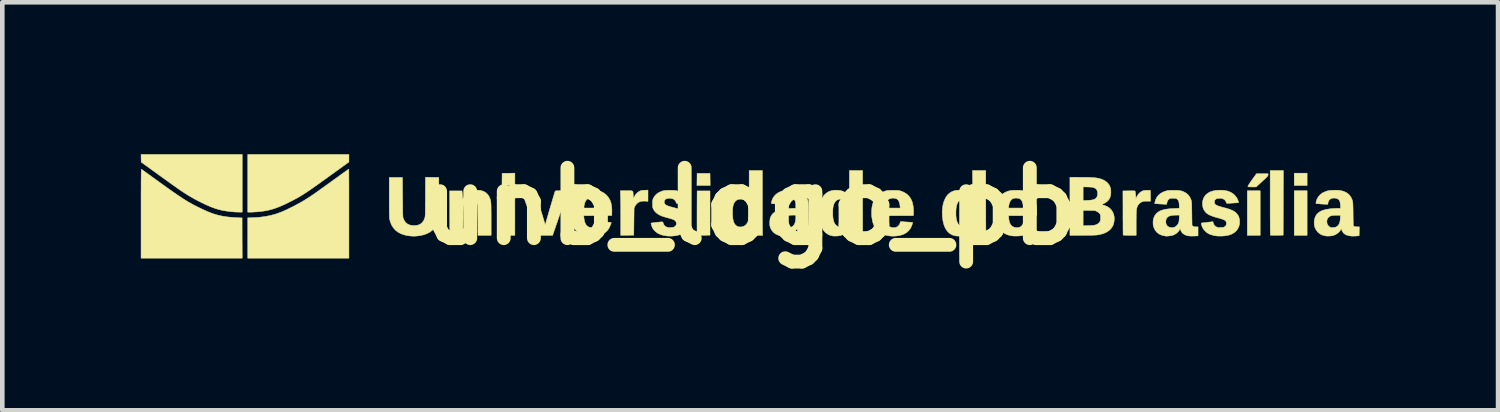
<source format=kicad_pcb>
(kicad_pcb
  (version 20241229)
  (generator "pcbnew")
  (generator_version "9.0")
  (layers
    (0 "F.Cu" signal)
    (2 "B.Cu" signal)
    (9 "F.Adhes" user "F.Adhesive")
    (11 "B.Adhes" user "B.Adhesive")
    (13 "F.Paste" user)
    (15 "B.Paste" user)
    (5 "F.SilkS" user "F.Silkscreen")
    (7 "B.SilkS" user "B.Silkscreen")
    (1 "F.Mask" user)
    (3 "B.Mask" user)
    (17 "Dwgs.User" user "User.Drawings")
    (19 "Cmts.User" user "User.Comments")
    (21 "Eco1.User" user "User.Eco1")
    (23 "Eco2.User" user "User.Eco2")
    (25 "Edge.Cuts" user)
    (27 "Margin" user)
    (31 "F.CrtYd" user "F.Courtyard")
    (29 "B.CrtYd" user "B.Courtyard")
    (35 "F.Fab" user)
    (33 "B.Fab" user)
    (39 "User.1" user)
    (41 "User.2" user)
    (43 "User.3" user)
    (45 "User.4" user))
  (footprint "unb_logo_pb"
    (layer "F.Cu")
    (at 13.194 1.418)
    (property "Reference" "unb_logo_pb" (at 0 0 0) (layer "F.SilkS") (effects (font (size 1.524 1.524) (thickness 0.3))))
    (attr through_hole)
    (fp_poly (pts (xy 11.049 0.629) (xy 10.77 0.629) (xy 10.77 -0.337) (xy 11.049 -0.337) (xy 11.049 0.629)) (stroke (width 0.01) (type solid)) (fill yes) (layer "F.SilkS"))
    (fp_poly (pts (xy 12.065 -0.451) (xy 11.786 -0.451) (xy 11.786 -0.718) (xy 12.065 -0.718) (xy 12.065 -0.451)) (stroke (width 0.01) (type solid)) (fill yes) (layer "F.SilkS"))
    (fp_poly (pts (xy 12.065 0.629) (xy 11.786 0.629) (xy 11.786 -0.337) (xy 12.065 -0.337) (xy 12.065 0.629)) (stroke (width 0.01) (type solid)) (fill yes) (layer "F.SilkS"))
    (fp_poly (pts (xy -5.093 -0.451) (xy -5.372 -0.451) (xy -5.371 -0.583) (xy -5.369 -0.714) (xy -5.231 -0.716) (xy -5.093 -0.718) (xy -5.093 -0.451)) (stroke (width 0.01) (type solid)) (fill yes) (layer "F.SilkS"))
    (fp_poly (pts (xy -0.865 -0.583) (xy -0.863 -0.451) (xy -1.15 -0.451) (xy -1.148 -0.583) (xy -1.146 -0.714) (xy -0.867 -0.714) (xy -0.865 -0.583)) (stroke (width 0.01) (type solid)) (fill yes) (layer "F.SilkS"))
    (fp_poly (pts (xy -0.867 0.625) (xy -1.005 0.627) (xy -1.053 0.628) (xy -1.089 0.628) (xy -1.115 0.627) (xy -1.133 0.626) (xy -1.143 0.624) (xy -1.146 0.621) (xy -1.147 0.613) (xy -1.147 0.594) (xy -1.148 0.564) (xy -1.148 0.525) (xy -1.148 0.476) (xy -1.148 0.421) (xy -1.148 0.358) (xy -1.148 0.29) (xy -1.148 0.217) (xy -1.148 0.14) (xy -1.148 0.14) (xy -1.146 -0.333) (xy -0.867 -0.333) (xy -0.867 0.625)) (stroke (width 0.01) (type solid)) (fill yes) (layer "F.SilkS"))
    (fp_poly (pts (xy -5.093 0.629) (xy -5.229 0.629) (xy -5.277 0.628) (xy -5.314 0.628) (xy -5.34 0.627) (xy -5.357 0.625) (xy -5.367 0.623) (xy -5.369 0.621) (xy -5.37 0.613) (xy -5.37 0.594) (xy -5.37 0.564) (xy -5.371 0.525) (xy -5.371 0.476) (xy -5.371 0.421) (xy -5.371 0.358) (xy -5.371 0.29) (xy -5.371 0.217) (xy -5.371 0.14) (xy -5.371 0.14) (xy -5.369 -0.333) (xy -5.231 -0.335) (xy -5.093 -0.337) (xy -5.093 0.629)) (stroke (width 0.01) (type solid)) (fill yes) (layer "F.SilkS"))
    (fp_poly (pts (xy 11.547 0.625) (xy 11.411 0.627) (xy 11.37 0.627) (xy 11.334 0.627) (xy 11.304 0.627) (xy 11.282 0.626) (xy 11.271 0.625) (xy 11.269 0.625) (xy 11.269 0.618) (xy 11.268 0.599) (xy 11.268 0.569) (xy 11.267 0.529) (xy 11.267 0.48) (xy 11.266 0.422) (xy 11.266 0.356) (xy 11.266 0.283) (xy 11.265 0.204) (xy 11.265 0.12) (xy 11.265 0.031) (xy 11.265 -0.061) (xy 11.265 -0.077) (xy 11.265 -0.775) (xy 11.408 -0.775) (xy 11.551 -0.775) (xy 11.547 0.625)) (stroke (width 0.01) (type solid)) (fill yes) (layer "F.SilkS"))
    (fp_poly (pts (xy 11.22 -0.681) (xy 11.219 -0.674) (xy 11.217 -0.666) (xy 11.212 -0.658) (xy 11.204 -0.647) (xy 11.191 -0.634) (xy 11.173 -0.615) (xy 11.148 -0.591) (xy 11.115 -0.561) (xy 11.09 -0.538) (xy 10.961 -0.419) (xy 10.872 -0.419) (xy 10.836 -0.419) (xy 10.812 -0.42) (xy 10.796 -0.421) (xy 10.787 -0.423) (xy 10.783 -0.426) (xy 10.782 -0.431) (xy 10.782 -0.433) (xy 10.786 -0.441) (xy 10.796 -0.459) (xy 10.811 -0.483) (xy 10.831 -0.514) (xy 10.855 -0.548) (xy 10.875 -0.576) (xy 10.967 -0.705) (xy 11.22 -0.705) (xy 11.22 -0.681)) (stroke (width 0.01) (type solid)) (fill yes) (layer "F.SilkS"))
    (fp_poly (pts (xy -8.687 -0.96) (xy -9.107 -0.657) (xy -9.2 -0.59) (xy -9.283 -0.531) (xy -9.357 -0.477) (xy -9.424 -0.43) (xy -9.484 -0.388) (xy -9.538 -0.35) (xy -9.587 -0.317) (xy -9.632 -0.287) (xy -9.674 -0.26) (xy -9.714 -0.235) (xy -9.752 -0.212) (xy -9.789 -0.19) (xy -9.827 -0.17) (xy -9.866 -0.149) (xy -9.907 -0.127) (xy -9.951 -0.105) (xy -9.989 -0.086) (xy -10.081 -0.041) (xy -10.165 -0.004) (xy -10.244 0.028) (xy -10.319 0.054) (xy -10.392 0.075) (xy -10.466 0.092) (xy -10.543 0.105) (xy -10.626 0.115) (xy -10.69 0.121) (xy -10.727 0.123) (xy -10.765 0.125) (xy -10.801 0.127) (xy -10.824 0.127) (xy -10.878 0.127) (xy -10.878 -1.124) (xy -8.687 -1.124) (xy -8.687 -0.96)) (stroke (width 0.01) (type solid)) (fill yes) (layer "F.SilkS"))
    (fp_poly (pts (xy -10.998 0.127) (xy -11.066 0.126) (xy -11.098 0.125) (xy -11.127 0.124) (xy -11.15 0.123) (xy -11.16 0.123) (xy -11.248 0.115) (xy -11.326 0.105) (xy -11.396 0.094) (xy -11.461 0.081) (xy -11.522 0.065) (xy -11.579 0.048) (xy -11.643 0.025) (xy -11.714 -0.004) (xy -11.791 -0.038) (xy -11.872 -0.077) (xy -11.956 -0.119) (xy -12.039 -0.163) (xy -12.119 -0.209) (xy -12.164 -0.235) (xy -12.191 -0.252) (xy -12.219 -0.27) (xy -12.249 -0.289) (xy -12.281 -0.31) (xy -12.316 -0.333) (xy -12.355 -0.36) (xy -12.399 -0.39) (xy -12.447 -0.425) (xy -12.503 -0.464) (xy -12.565 -0.508) (xy -12.635 -0.559) (xy -12.713 -0.615) (xy -12.802 -0.679) (xy -12.805 -0.681) (xy -13.186 -0.957) (xy -13.188 -1.04) (xy -13.189 -1.124) (xy -10.998 -1.124) (xy -10.998 0.127)) (stroke (width 0.01) (type solid)) (fill yes) (layer "F.SilkS"))
    (fp_poly (pts (xy -2.21 -0.108) (xy -2.262 -0.112) (xy -2.322 -0.112) (xy -2.373 -0.104) (xy -2.417 -0.085) (xy -2.453 -0.058) (xy -2.481 -0.02) (xy -2.494 0.003) (xy -2.511 0.041) (xy -2.518 0.625) (xy -2.659 0.627) (xy -2.8 0.629) (xy -2.8 0.265) (xy -2.8 0.194) (xy -2.801 0.123) (xy -2.801 0.054) (xy -2.801 -0.012) (xy -2.802 -0.072) (xy -2.803 -0.126) (xy -2.803 -0.171) (xy -2.804 -0.205) (xy -2.805 -0.217) (xy -2.809 -0.337) (xy -2.675 -0.337) (xy -2.63 -0.337) (xy -2.595 -0.337) (xy -2.57 -0.336) (xy -2.553 -0.332) (xy -2.542 -0.325) (xy -2.536 -0.314) (xy -2.533 -0.298) (xy -2.532 -0.275) (xy -2.53 -0.245) (xy -2.53 -0.243) (xy -2.528 -0.216) (xy -2.525 -0.194) (xy -2.523 -0.181) (xy -2.522 -0.178) (xy -2.517 -0.183) (xy -2.51 -0.197) (xy -2.502 -0.214) (xy -2.48 -0.252) (xy -2.448 -0.288) (xy -2.411 -0.317) (xy -2.389 -0.329) (xy -2.371 -0.337) (xy -2.352 -0.342) (xy -2.331 -0.345) (xy -2.303 -0.347) (xy -2.281 -0.348) (xy -2.21 -0.351) (xy -2.21 -0.108)) (stroke (width 0.01) (type solid)) (fill yes) (layer "F.SilkS"))
    (fp_poly (pts (xy -8.689 -0.8) (xy -8.689 -0.782) (xy -8.689 -0.752) (xy -8.688 -0.712) (xy -8.688 -0.662) (xy -8.688 -0.603) (xy -8.688 -0.535) (xy -8.687 -0.459) (xy -8.687 -0.376) (xy -8.687 -0.286) (xy -8.687 -0.191) (xy -8.687 -0.091) (xy -8.687 0.014) (xy -8.687 0.123) (xy -8.687 0.159) (xy -8.687 1.124) (xy -10.878 1.124) (xy -10.878 0.25) (xy -10.765 0.246) (xy -10.631 0.238) (xy -10.506 0.222) (xy -10.387 0.199) (xy -10.273 0.168) (xy -10.161 0.128) (xy -10.11 0.107) (xy -10.061 0.085) (xy -10.005 0.058) (xy -9.943 0.028) (xy -9.88 -0.004) (xy -9.818 -0.037) (xy -9.761 -0.068) (xy -9.71 -0.096) (xy -9.7 -0.102) (xy -9.667 -0.121) (xy -9.635 -0.141) (xy -9.603 -0.161) (xy -9.57 -0.182) (xy -9.534 -0.205) (xy -9.496 -0.231) (xy -9.453 -0.26) (xy -9.406 -0.293) (xy -9.353 -0.33) (xy -9.294 -0.373) (xy -9.226 -0.421) (xy -9.151 -0.475) (xy -9.066 -0.536) (xy -9.063 -0.539) (xy -9.002 -0.583) (xy -8.944 -0.624) (xy -8.89 -0.663) (xy -8.841 -0.699) (xy -8.797 -0.73) (xy -8.76 -0.757) (xy -8.729 -0.778) (xy -8.707 -0.794) (xy -8.694 -0.804) (xy -8.689 -0.806) (xy -8.689 -0.8)) (stroke (width 0.01) (type solid)) (fill yes) (layer "F.SilkS"))
    (fp_poly (pts (xy -13.175 -0.798) (xy -13.159 -0.787) (xy -13.134 -0.769) (xy -13.102 -0.746) (xy -13.063 -0.718) (xy -13.018 -0.686) (xy -12.968 -0.649) (xy -12.914 -0.61) (xy -12.856 -0.568) (xy -12.817 -0.54) (xy -12.72 -0.47) (xy -12.632 -0.407) (xy -12.553 -0.351) (xy -12.481 -0.3) (xy -12.415 -0.255) (xy -12.354 -0.214) (xy -12.299 -0.177) (xy -12.247 -0.144) (xy -12.197 -0.113) (xy -12.15 -0.085) (xy -12.103 -0.059) (xy -12.056 -0.033) (xy -12.009 -0.009) (xy -11.959 0.016) (xy -11.928 0.032) (xy -11.841 0.073) (xy -11.762 0.109) (xy -11.69 0.138) (xy -11.622 0.163) (xy -11.556 0.183) (xy -11.49 0.2) (xy -11.422 0.214) (xy -11.356 0.225) (xy -11.316 0.23) (xy -11.268 0.235) (xy -11.214 0.24) (xy -11.159 0.244) (xy -11.107 0.247) (xy -11.06 0.249) (xy -11.055 0.249) (xy -11.001 0.251) (xy -11 0.687) (xy -10.998 1.124) (xy -13.189 1.124) (xy -13.189 0.158) (xy -13.189 0.025) (xy -13.189 -0.097) (xy -13.189 -0.207) (xy -13.189 -0.306) (xy -13.188 -0.394) (xy -13.188 -0.472) (xy -13.188 -0.54) (xy -13.187 -0.599) (xy -13.187 -0.649) (xy -13.186 -0.691) (xy -13.186 -0.726) (xy -13.185 -0.754) (xy -13.184 -0.774) (xy -13.184 -0.789) (xy -13.183 -0.798) (xy -13.182 -0.802) (xy -13.181 -0.802) (xy -13.175 -0.798)) (stroke (width 0.01) (type solid)) (fill yes) (layer "F.SilkS"))
    (fp_poly (pts (xy 8.673 -0.229) (xy 8.674 -0.111) (xy 8.596 -0.111) (xy 8.562 -0.111) (xy 8.538 -0.11) (xy 8.52 -0.107) (xy 8.504 -0.103) (xy 8.489 -0.097) (xy 8.484 -0.095) (xy 8.442 -0.069) (xy 8.41 -0.036) (xy 8.387 0.005) (xy 8.372 0.056) (xy 8.37 0.07) (xy 8.368 0.086) (xy 8.367 0.114) (xy 8.365 0.151) (xy 8.364 0.197) (xy 8.364 0.25) (xy 8.363 0.308) (xy 8.363 0.37) (xy 8.363 0.629) (xy 8.224 0.629) (xy 8.183 0.628) (xy 8.146 0.628) (xy 8.116 0.627) (xy 8.094 0.625) (xy 8.083 0.624) (xy 8.081 0.623) (xy 8.08 0.616) (xy 8.08 0.597) (xy 8.079 0.568) (xy 8.079 0.529) (xy 8.078 0.481) (xy 8.078 0.425) (xy 8.078 0.363) (xy 8.077 0.295) (xy 8.077 0.222) (xy 8.077 0.146) (xy 8.077 0.142) (xy 8.076 -0.333) (xy 8.205 -0.335) (xy 8.244 -0.335) (xy 8.279 -0.335) (xy 8.308 -0.335) (xy 8.328 -0.333) (xy 8.338 -0.332) (xy 8.339 -0.332) (xy 8.341 -0.324) (xy 8.344 -0.306) (xy 8.348 -0.28) (xy 8.351 -0.25) (xy 8.351 -0.249) (xy 8.359 -0.17) (xy 8.376 -0.209) (xy 8.403 -0.254) (xy 8.438 -0.293) (xy 8.48 -0.322) (xy 8.492 -0.328) (xy 8.511 -0.336) (xy 8.527 -0.341) (xy 8.546 -0.344) (xy 8.569 -0.346) (xy 8.601 -0.346) (xy 8.671 -0.346) (xy 8.673 -0.229)) (stroke (width 0.01) (type solid)) (fill yes) (layer "F.SilkS"))
    (fp_poly (pts (xy -5.865 -0.347) (xy -5.831 -0.343) (xy -5.818 -0.34) (xy -5.762 -0.32) (xy -5.715 -0.29) (xy -5.676 -0.251) (xy -5.646 -0.203) (xy -5.624 -0.145) (xy -5.616 -0.112) (xy -5.614 -0.098) (xy -5.613 -0.081) (xy -5.611 -0.06) (xy -5.61 -0.033) (xy -5.609 -0.000298) (xy -5.608 0.04) (xy -5.608 0.09) (xy -5.607 0.149) (xy -5.607 0.219) (xy -5.607 0.283) (xy -5.607 0.629) (xy -5.892 0.629) (xy -5.894 0.306) (xy -5.895 0.224) (xy -5.896 0.154) (xy -5.897 0.096) (xy -5.898 0.049) (xy -5.9 0.012) (xy -5.901 -0.014) (xy -5.903 -0.032) (xy -5.904 -0.039) (xy -5.922 -0.077) (xy -5.947 -0.105) (xy -5.98 -0.124) (xy -6.021 -0.132) (xy -6.042 -0.133) (xy -6.086 -0.128) (xy -6.123 -0.114) (xy -6.154 -0.089) (xy -6.18 -0.053) (xy -6.199 -0.014) (xy -6.202 -0.006) (xy -6.205 0.003) (xy -6.207 0.012) (xy -6.209 0.024) (xy -6.211 0.039) (xy -6.212 0.059) (xy -6.213 0.085) (xy -6.214 0.118) (xy -6.215 0.158) (xy -6.215 0.209) (xy -6.216 0.269) (xy -6.217 0.324) (xy -6.22 0.625) (xy -6.361 0.627) (xy -6.502 0.629) (xy -6.504 0.178) (xy -6.504 0.103) (xy -6.504 0.03) (xy -6.504 -0.038) (xy -6.505 -0.101) (xy -6.505 -0.157) (xy -6.505 -0.206) (xy -6.505 -0.246) (xy -6.505 -0.277) (xy -6.505 -0.296) (xy -6.505 -0.303) (xy -6.506 -0.333) (xy -6.239 -0.333) (xy -6.235 -0.305) (xy -6.232 -0.286) (xy -6.23 -0.258) (xy -6.227 -0.228) (xy -6.226 -0.213) (xy -6.222 -0.15) (xy -6.203 -0.189) (xy -6.174 -0.236) (xy -6.135 -0.277) (xy -6.088 -0.31) (xy -6.035 -0.334) (xy -6.016 -0.34) (xy -5.985 -0.345) (xy -5.947 -0.348) (xy -5.905 -0.349) (xy -5.865 -0.347)) (stroke (width 0.01) (type solid)) (fill yes) (layer "F.SilkS"))
    (fp_poly (pts (xy -4.032 -0.336) (xy -3.997 -0.336) (xy -3.972 -0.335) (xy -3.955 -0.333) (xy -3.947 -0.331) (xy -3.945 -0.329) (xy -3.945 -0.329) (xy -3.947 -0.321) (xy -3.953 -0.303) (xy -3.963 -0.275) (xy -3.976 -0.237) (xy -3.992 -0.191) (xy -4.011 -0.138) (xy -4.031 -0.078) (xy -4.054 -0.013) (xy -4.078 0.057) (xy -4.103 0.13) (xy -4.112 0.154) (xy -4.276 0.629) (xy -4.604 0.629) (xy -4.609 0.614) (xy -4.615 0.6) (xy -4.624 0.575) (xy -4.636 0.541) (xy -4.651 0.499) (xy -4.669 0.451) (xy -4.688 0.397) (xy -4.709 0.339) (xy -4.731 0.277) (xy -4.754 0.213) (xy -4.777 0.148) (xy -4.8 0.083) (xy -4.823 0.019) (xy -4.845 -0.044) (xy -4.866 -0.102) (xy -4.885 -0.157) (xy -4.903 -0.206) (xy -4.918 -0.249) (xy -4.93 -0.283) (xy -4.939 -0.31) (xy -4.945 -0.326) (xy -4.947 -0.331) (xy -4.941 -0.333) (xy -4.924 -0.334) (xy -4.898 -0.335) (xy -4.864 -0.335) (xy -4.826 -0.335) (xy -4.806 -0.335) (xy -4.665 -0.333) (xy -4.6 -0.13) (xy -4.581 -0.073) (xy -4.562 -0.013) (xy -4.543 0.048) (xy -4.525 0.107) (xy -4.508 0.16) (xy -4.495 0.205) (xy -4.492 0.213) (xy -4.48 0.254) (xy -4.468 0.293) (xy -4.458 0.327) (xy -4.45 0.354) (xy -4.444 0.373) (xy -4.443 0.377) (xy -4.435 0.402) (xy -4.411 0.314) (xy -4.403 0.287) (xy -4.393 0.251) (xy -4.381 0.209) (xy -4.367 0.161) (xy -4.352 0.11) (xy -4.336 0.055) (xy -4.32 -0.001) (xy -4.303 -0.056) (xy -4.287 -0.11) (xy -4.272 -0.161) (xy -4.258 -0.207) (xy -4.246 -0.248) (xy -4.236 -0.281) (xy -4.228 -0.305) (xy -4.224 -0.32) (xy -4.223 -0.322) (xy -4.221 -0.327) (xy -4.217 -0.33) (xy -4.211 -0.333) (xy -4.2 -0.335) (xy -4.183 -0.336) (xy -4.158 -0.336) (xy -4.124 -0.337) (xy -4.079 -0.337) (xy -4.032 -0.336)) (stroke (width 0.01) (type solid)) (fill yes) (layer "F.SilkS"))
    (fp_poly (pts (xy -6.885 -0.627) (xy -6.741 -0.625) (xy -6.739 -0.235) (xy -6.738 -0.141) (xy -6.738 -0.058) (xy -6.738 0.014) (xy -6.739 0.077) (xy -6.74 0.13) (xy -6.742 0.177) (xy -6.745 0.216) (xy -6.748 0.25) (xy -6.752 0.28) (xy -6.758 0.306) (xy -6.764 0.329) (xy -6.772 0.351) (xy -6.781 0.373) (xy -6.791 0.395) (xy -6.796 0.406) (xy -6.832 0.464) (xy -6.877 0.515) (xy -6.932 0.558) (xy -6.997 0.592) (xy -7.07 0.618) (xy -7.153 0.636) (xy -7.195 0.641) (xy -7.238 0.645) (xy -7.274 0.647) (xy -7.31 0.646) (xy -7.351 0.643) (xy -7.379 0.641) (xy -7.412 0.636) (xy -7.449 0.629) (xy -7.484 0.62) (xy -7.489 0.619) (xy -7.563 0.593) (xy -7.627 0.558) (xy -7.681 0.516) (xy -7.726 0.465) (xy -7.763 0.405) (xy -7.791 0.335) (xy -7.799 0.305) (xy -7.802 0.294) (xy -7.805 0.284) (xy -7.807 0.273) (xy -7.808 0.261) (xy -7.81 0.246) (xy -7.811 0.227) (xy -7.812 0.204) (xy -7.812 0.176) (xy -7.813 0.141) (xy -7.813 0.098) (xy -7.813 0.047) (xy -7.814 -0.014) (xy -7.814 -0.085) (xy -7.814 -0.167) (xy -7.814 -0.625) (xy -7.528 -0.625) (xy -7.525 -0.197) (xy -7.524 -0.112) (xy -7.523 -0.039) (xy -7.523 0.023) (xy -7.522 0.075) (xy -7.521 0.119) (xy -7.521 0.154) (xy -7.52 0.183) (xy -7.519 0.205) (xy -7.517 0.223) (xy -7.516 0.237) (xy -7.514 0.247) (xy -7.512 0.255) (xy -7.51 0.262) (xy -7.509 0.264) (xy -7.485 0.314) (xy -7.455 0.354) (xy -7.417 0.384) (xy -7.372 0.404) (xy -7.318 0.415) (xy -7.296 0.417) (xy -7.236 0.416) (xy -7.183 0.405) (xy -7.138 0.384) (xy -7.1 0.353) (xy -7.069 0.311) (xy -7.047 0.26) (xy -7.044 0.251) (xy -7.042 0.243) (xy -7.04 0.234) (xy -7.038 0.222) (xy -7.037 0.208) (xy -7.035 0.19) (xy -7.034 0.166) (xy -7.034 0.137) (xy -7.033 0.101) (xy -7.032 0.057) (xy -7.032 0.004) (xy -7.032 -0.059) (xy -7.031 -0.133) (xy -7.031 -0.205) (xy -7.029 -0.629) (xy -6.885 -0.627)) (stroke (width 0.01) (type solid)) (fill yes) (layer "F.SilkS"))
    (fp_poly (pts (xy 0.267 -0.093) (xy 0.267 -0.000497) (xy 0.267 0.089) (xy 0.267 0.173) (xy 0.267 0.253) (xy 0.268 0.327) (xy 0.268 0.395) (xy 0.268 0.454) (xy 0.269 0.505) (xy 0.269 0.547) (xy 0.27 0.579) (xy 0.27 0.6) (xy 0.271 0.609) (xy 0.271 0.609) (xy 0.275 0.629) (xy 0.136 0.627) (xy -0.003 0.625) (xy -0.016 0.47) (xy -0.031 0.498) (xy -0.048 0.524) (xy -0.073 0.552) (xy -0.102 0.578) (xy -0.131 0.6) (xy -0.151 0.611) (xy -0.2 0.628) (xy -0.255 0.64) (xy -0.311 0.645) (xy -0.364 0.644) (xy -0.385 0.641) (xy -0.446 0.625) (xy -0.5 0.598) (xy -0.547 0.561) (xy -0.586 0.514) (xy -0.618 0.456) (xy -0.644 0.388) (xy -0.663 0.309) (xy -0.674 0.224) (xy -0.678 0.138) (xy -0.677 0.123) (xy -0.38 0.123) (xy -0.379 0.171) (xy -0.375 0.234) (xy -0.368 0.286) (xy -0.358 0.33) (xy -0.343 0.365) (xy -0.324 0.395) (xy -0.315 0.405) (xy -0.286 0.429) (xy -0.249 0.443) (xy -0.209 0.448) (xy -0.168 0.443) (xy -0.129 0.429) (xy -0.126 0.427) (xy -0.092 0.403) (xy -0.065 0.37) (xy -0.044 0.328) (xy -0.029 0.277) (xy -0.02 0.215) (xy -0.017 0.143) (xy -0.017 0.14) (xy -0.019 0.07) (xy -0.027 0.01) (xy -0.041 -0.04) (xy -0.062 -0.08) (xy -0.089 -0.113) (xy -0.123 -0.137) (xy -0.13 -0.141) (xy -0.159 -0.151) (xy -0.194 -0.155) (xy -0.231 -0.154) (xy -0.264 -0.147) (xy -0.277 -0.141) (xy -0.309 -0.119) (xy -0.335 -0.089) (xy -0.355 -0.051) (xy -0.369 -0.003) (xy -0.377 0.055) (xy -0.38 0.123) (xy -0.677 0.123) (xy -0.674 0.056) (xy -0.662 -0.022) (xy -0.644 -0.093) (xy -0.619 -0.157) (xy -0.598 -0.194) (xy -0.019 -0.194) (xy -0.016 -0.191) (xy -0.013 -0.194) (xy -0.016 -0.197) (xy -0.019 -0.194) (xy -0.598 -0.194) (xy -0.587 -0.213) (xy -0.551 -0.257) (xy -0.51 -0.292) (xy -0.468 -0.318) (xy -0.423 -0.336) (xy -0.371 -0.346) (xy -0.311 -0.348) (xy -0.289 -0.348) (xy -0.223 -0.341) (xy -0.166 -0.327) (xy -0.118 -0.305) (xy -0.077 -0.274) (xy -0.044 -0.236) (xy -0.019 -0.201) (xy -0.019 -0.775) (xy 0.267 -0.775) (xy 0.267 -0.093)) (stroke (width 0.01) (type solid)) (fill yes) (layer "F.SilkS"))
    (fp_poly (pts (xy 5.822 -0.347) (xy 5.864 -0.344) (xy 5.894 -0.34) (xy 5.963 -0.321) (xy 6.024 -0.292) (xy 6.077 -0.254) (xy 6.121 -0.206) (xy 6.156 -0.149) (xy 6.183 -0.083) (xy 6.192 -0.054) (xy 6.197 -0.029) (xy 6.201 0.004) (xy 6.205 0.041) (xy 6.208 0.08) (xy 6.21 0.117) (xy 6.211 0.15) (xy 6.21 0.175) (xy 6.208 0.186) (xy 6.204 0.203) (xy 5.599 0.203) (xy 5.603 0.256) (xy 5.611 0.316) (xy 5.626 0.365) (xy 5.65 0.405) (xy 5.68 0.434) (xy 5.718 0.453) (xy 5.762 0.462) (xy 5.808 0.461) (xy 5.847 0.45) (xy 5.879 0.428) (xy 5.903 0.397) (xy 5.915 0.367) (xy 5.927 0.33) (xy 5.975 0.334) (xy 6.001 0.336) (xy 6.035 0.338) (xy 6.072 0.34) (xy 6.104 0.342) (xy 6.135 0.344) (xy 6.161 0.347) (xy 6.179 0.349) (xy 6.188 0.351) (xy 6.189 0.351) (xy 6.189 0.359) (xy 6.185 0.377) (xy 6.177 0.4) (xy 6.166 0.427) (xy 6.153 0.455) (xy 6.149 0.465) (xy 6.116 0.514) (xy 6.073 0.556) (xy 6.022 0.591) (xy 5.963 0.617) (xy 5.912 0.631) (xy 5.866 0.638) (xy 5.813 0.643) (xy 5.758 0.644) (xy 5.707 0.643) (xy 5.681 0.641) (xy 5.606 0.626) (xy 5.539 0.602) (xy 5.48 0.568) (xy 5.428 0.526) (xy 5.386 0.475) (xy 5.36 0.43) (xy 5.341 0.389) (xy 5.327 0.349) (xy 5.317 0.308) (xy 5.31 0.263) (xy 5.306 0.211) (xy 5.304 0.171) (xy 5.303 0.123) (xy 5.303 0.084) (xy 5.305 0.051) (xy 5.307 0.038) (xy 5.599 0.038) (xy 5.918 0.038) (xy 5.918 0.01) (xy 5.914 -0.036) (xy 5.903 -0.079) (xy 5.887 -0.117) (xy 5.865 -0.146) (xy 5.85 -0.159) (xy 5.826 -0.17) (xy 5.794 -0.176) (xy 5.759 -0.178) (xy 5.725 -0.175) (xy 5.699 -0.169) (xy 5.667 -0.15) (xy 5.641 -0.12) (xy 5.621 -0.081) (xy 5.608 -0.034) (xy 5.603 -0.003) (xy 5.599 0.038) (xy 5.307 0.038) (xy 5.309 0.02) (xy 5.311 0.007) (xy 5.33 -0.069) (xy 5.357 -0.137) (xy 5.394 -0.195) (xy 5.44 -0.244) (xy 5.494 -0.285) (xy 5.558 -0.317) (xy 5.61 -0.334) (xy 5.642 -0.34) (xy 5.682 -0.345) (xy 5.728 -0.347) (xy 5.776 -0.348) (xy 5.822 -0.347)) (stroke (width 0.01) (type solid)) (fill yes) (layer "F.SilkS"))
    (fp_poly (pts (xy 3.142 -0.346) (xy 3.175 -0.345) (xy 3.2 -0.344) (xy 3.22 -0.342) (xy 3.237 -0.339) (xy 3.255 -0.334) (xy 3.264 -0.331) (xy 3.331 -0.305) (xy 3.389 -0.269) (xy 3.437 -0.226) (xy 3.476 -0.174) (xy 3.506 -0.113) (xy 3.52 -0.067) (xy 3.527 -0.034) (xy 3.534 0.007) (xy 3.538 0.051) (xy 3.541 0.094) (xy 3.542 0.133) (xy 3.541 0.16) (xy 3.536 0.203) (xy 3.234 0.203) (xy 2.932 0.203) (xy 2.935 0.259) (xy 2.943 0.317) (xy 2.959 0.366) (xy 2.982 0.405) (xy 3.013 0.435) (xy 3.051 0.454) (xy 3.096 0.463) (xy 3.112 0.464) (xy 3.155 0.458) (xy 3.192 0.442) (xy 3.221 0.416) (xy 3.242 0.381) (xy 3.247 0.367) (xy 3.259 0.33) (xy 3.304 0.334) (xy 3.329 0.335) (xy 3.361 0.338) (xy 3.398 0.34) (xy 3.434 0.342) (xy 3.465 0.345) (xy 3.492 0.347) (xy 3.511 0.349) (xy 3.521 0.35) (xy 3.521 0.351) (xy 3.521 0.358) (xy 3.517 0.374) (xy 3.51 0.396) (xy 3.501 0.42) (xy 3.491 0.444) (xy 3.481 0.465) (xy 3.476 0.475) (xy 3.44 0.524) (xy 3.395 0.565) (xy 3.341 0.598) (xy 3.278 0.622) (xy 3.205 0.638) (xy 3.18 0.641) (xy 3.135 0.645) (xy 3.097 0.647) (xy 3.061 0.645) (xy 3.02 0.641) (xy 3.013 0.641) (xy 2.939 0.626) (xy 2.873 0.603) (xy 2.815 0.57) (xy 2.763 0.528) (xy 2.759 0.524) (xy 2.72 0.478) (xy 2.688 0.425) (xy 2.664 0.365) (xy 2.647 0.297) (xy 2.636 0.218) (xy 2.635 0.213) (xy 2.633 0.153) (xy 2.634 0.089) (xy 2.639 0.038) (xy 2.932 0.038) (xy 3.253 0.038) (xy 3.249 -0.005) (xy 3.241 -0.059) (xy 3.227 -0.102) (xy 3.207 -0.135) (xy 3.181 -0.158) (xy 3.147 -0.172) (xy 3.105 -0.177) (xy 3.096 -0.178) (xy 3.05 -0.173) (xy 3.012 -0.158) (xy 2.981 -0.133) (xy 2.958 -0.098) (xy 2.943 -0.052) (xy 2.936 -0.005) (xy 2.932 0.038) (xy 2.639 0.038) (xy 2.64 0.027) (xy 2.65 -0.029) (xy 2.652 -0.037) (xy 2.675 -0.107) (xy 2.707 -0.169) (xy 2.75 -0.223) (xy 2.801 -0.269) (xy 2.861 -0.305) (xy 2.93 -0.332) (xy 2.94 -0.334) (xy 2.959 -0.339) (xy 2.979 -0.342) (xy 3.005 -0.344) (xy 3.037 -0.345) (xy 3.078 -0.346) (xy 3.099 -0.346) (xy 3.142 -0.346)) (stroke (width 0.01) (type solid)) (fill yes) (layer "F.SilkS"))
    (fp_poly (pts (xy 5.105 -0.775) (xy 5.105 -0.106) (xy 5.106 -0.015) (xy 5.106 0.074) (xy 5.106 0.159) (xy 5.106 0.239) (xy 5.106 0.313) (xy 5.107 0.38) (xy 5.107 0.44) (xy 5.108 0.492) (xy 5.108 0.534) (xy 5.109 0.566) (xy 5.109 0.587) (xy 5.11 0.595) (xy 5.114 0.629) (xy 4.977 0.629) (xy 4.931 0.629) (xy 4.897 0.628) (xy 4.872 0.628) (xy 4.856 0.626) (xy 4.845 0.625) (xy 4.839 0.622) (xy 4.837 0.619) (xy 4.836 0.618) (xy 4.835 0.607) (xy 4.833 0.587) (xy 4.83 0.56) (xy 4.829 0.538) (xy 4.824 0.469) (xy 4.807 0.5) (xy 4.787 0.528) (xy 4.76 0.557) (xy 4.73 0.584) (xy 4.701 0.604) (xy 4.688 0.611) (xy 4.64 0.628) (xy 4.586 0.639) (xy 4.531 0.645) (xy 4.479 0.644) (xy 4.455 0.641) (xy 4.393 0.625) (xy 4.339 0.598) (xy 4.292 0.561) (xy 4.253 0.513) (xy 4.22 0.455) (xy 4.195 0.387) (xy 4.177 0.309) (xy 4.166 0.22) (xy 4.166 0.216) (xy 4.164 0.158) (xy 4.459 0.158) (xy 4.46 0.209) (xy 4.465 0.253) (xy 4.467 0.27) (xy 4.481 0.326) (xy 4.502 0.371) (xy 4.529 0.407) (xy 4.562 0.432) (xy 4.6 0.446) (xy 4.642 0.449) (xy 4.685 0.441) (xy 4.723 0.423) (xy 4.756 0.394) (xy 4.783 0.355) (xy 4.803 0.304) (xy 4.817 0.244) (xy 4.824 0.174) (xy 4.825 0.099) (xy 4.818 0.033) (xy 4.803 -0.024) (xy 4.782 -0.072) (xy 4.754 -0.109) (xy 4.718 -0.136) (xy 4.717 -0.137) (xy 4.696 -0.147) (xy 4.678 -0.152) (xy 4.656 -0.155) (xy 4.636 -0.155) (xy 4.591 -0.15) (xy 4.553 -0.136) (xy 4.522 -0.112) (xy 4.497 -0.078) (xy 4.479 -0.032) (xy 4.467 0.018) (xy 4.462 0.059) (xy 4.459 0.107) (xy 4.459 0.158) (xy 4.164 0.158) (xy 4.163 0.125) (xy 4.168 0.039) (xy 4.181 -0.04) (xy 4.202 -0.112) (xy 4.23 -0.175) (xy 4.265 -0.23) (xy 4.288 -0.257) (xy 4.332 -0.294) (xy 4.379 -0.321) (xy 4.431 -0.339) (xy 4.491 -0.348) (xy 4.531 -0.349) (xy 4.598 -0.345) (xy 4.656 -0.334) (xy 4.706 -0.314) (xy 4.749 -0.285) (xy 4.769 -0.267) (xy 4.787 -0.247) (xy 4.803 -0.227) (xy 4.811 -0.214) (xy 4.814 -0.209) (xy 4.816 -0.206) (xy 4.818 -0.206) (xy 4.819 -0.211) (xy 4.82 -0.22) (xy 4.821 -0.236) (xy 4.822 -0.259) (xy 4.822 -0.29) (xy 4.822 -0.331) (xy 4.821 -0.381) (xy 4.821 -0.443) (xy 4.821 -0.483) (xy 4.818 -0.775) (xy 4.962 -0.775) (xy 5.105 -0.775)) (stroke (width 0.01) (type solid)) (fill yes) (layer "F.SilkS"))
    (fp_poly (pts (xy 7.136 -0.628) (xy 7.222 -0.628) (xy 7.297 -0.627) (xy 7.362 -0.625) (xy 7.417 -0.622) (xy 7.465 -0.619) (xy 7.507 -0.613) (xy 7.544 -0.607) (xy 7.576 -0.599) (xy 7.606 -0.589) (xy 7.635 -0.578) (xy 7.649 -0.572) (xy 7.703 -0.541) (xy 7.747 -0.503) (xy 7.78 -0.459) (xy 7.803 -0.408) (xy 7.814 -0.35) (xy 7.815 -0.288) (xy 7.809 -0.234) (xy 7.795 -0.188) (xy 7.773 -0.149) (xy 7.756 -0.128) (xy 7.729 -0.101) (xy 7.7 -0.08) (xy 7.666 -0.062) (xy 7.646 -0.053) (xy 7.629 -0.045) (xy 7.62 -0.039) (xy 7.62 -0.036) (xy 7.631 -0.033) (xy 7.649 -0.027) (xy 7.673 -0.02) (xy 7.674 -0.02) (xy 7.732 0.003) (xy 7.782 0.035) (xy 7.823 0.076) (xy 7.855 0.124) (xy 7.877 0.178) (xy 7.888 0.238) (xy 7.887 0.302) (xy 7.886 0.312) (xy 7.881 0.348) (xy 7.875 0.375) (xy 7.867 0.4) (xy 7.854 0.428) (xy 7.848 0.438) (xy 7.816 0.485) (xy 7.773 0.526) (xy 7.721 0.56) (xy 7.659 0.588) (xy 7.588 0.609) (xy 7.51 0.622) (xy 7.51 0.622) (xy 7.49 0.623) (xy 7.459 0.625) (xy 7.419 0.626) (xy 7.372 0.627) (xy 7.319 0.628) (xy 7.262 0.628) (xy 7.203 0.629) (xy 7.188 0.629) (xy 6.928 0.629) (xy 6.928 0.419) (xy 7.214 0.419) (xy 7.304 0.419) (xy 7.341 0.418) (xy 7.379 0.417) (xy 7.412 0.415) (xy 7.436 0.413) (xy 7.439 0.413) (xy 7.489 0.401) (xy 7.53 0.382) (xy 7.561 0.355) (xy 7.572 0.34) (xy 7.581 0.325) (xy 7.587 0.311) (xy 7.59 0.296) (xy 7.591 0.275) (xy 7.591 0.248) (xy 7.591 0.219) (xy 7.59 0.199) (xy 7.587 0.184) (xy 7.581 0.172) (xy 7.573 0.16) (xy 7.554 0.139) (xy 7.527 0.12) (xy 7.513 0.113) (xy 7.471 0.092) (xy 7.214 0.088) (xy 7.214 0.419) (xy 6.928 0.419) (xy 6.928 -0.127) (xy 7.214 -0.127) (xy 7.266 -0.127) (xy 7.298 -0.128) (xy 7.336 -0.13) (xy 7.372 -0.133) (xy 7.377 -0.133) (xy 7.426 -0.141) (xy 7.463 -0.154) (xy 7.491 -0.173) (xy 7.511 -0.199) (xy 7.524 -0.232) (xy 7.525 -0.238) (xy 7.529 -0.275) (xy 7.525 -0.313) (xy 7.514 -0.347) (xy 7.505 -0.363) (xy 7.491 -0.377) (xy 7.47 -0.391) (xy 7.456 -0.399) (xy 7.441 -0.405) (xy 7.427 -0.41) (xy 7.411 -0.413) (xy 7.391 -0.415) (xy 7.363 -0.416) (xy 7.326 -0.418) (xy 7.317 -0.418) (xy 7.214 -0.421) (xy 7.214 -0.127) (xy 6.928 -0.127) (xy 6.928 -0.629) (xy 7.136 -0.628)) (stroke (width 0.01) (type solid)) (fill yes) (layer "F.SilkS"))
    (fp_poly (pts (xy -3.386 -0.346) (xy -3.353 -0.345) (xy -3.328 -0.344) (xy -3.308 -0.342) (xy -3.29 -0.339) (xy -3.273 -0.334) (xy -3.264 -0.331) (xy -3.211 -0.312) (xy -3.166 -0.288) (xy -3.127 -0.258) (xy -3.102 -0.235) (xy -3.063 -0.187) (xy -3.033 -0.134) (xy -3.011 -0.073) (xy -2.998 -0.005) (xy -2.992 0.072) (xy -2.992 0.113) (xy -2.994 0.2) (xy -3.601 0.203) (xy -3.597 0.249) (xy -3.588 0.311) (xy -3.572 0.362) (xy -3.55 0.402) (xy -3.521 0.432) (xy -3.485 0.452) (xy -3.477 0.455) (xy -3.441 0.462) (xy -3.4 0.461) (xy -3.362 0.453) (xy -3.342 0.445) (xy -3.317 0.427) (xy -3.296 0.4) (xy -3.282 0.368) (xy -3.279 0.357) (xy -3.275 0.342) (xy -3.271 0.334) (xy -3.271 0.334) (xy -3.264 0.334) (xy -3.247 0.334) (xy -3.222 0.335) (xy -3.191 0.337) (xy -3.156 0.339) (xy -3.121 0.341) (xy -3.086 0.343) (xy -3.055 0.345) (xy -3.03 0.347) (xy -3.013 0.348) (xy -3.006 0.349) (xy -3.007 0.355) (xy -3.011 0.369) (xy -3.016 0.386) (xy -3.041 0.449) (xy -3.073 0.504) (xy -3.114 0.549) (xy -3.148 0.575) (xy -3.199 0.603) (xy -3.259 0.624) (xy -3.326 0.638) (xy -3.398 0.645) (xy -3.473 0.645) (xy -3.496 0.643) (xy -3.551 0.635) (xy -3.61 0.619) (xy -3.664 0.599) (xy -3.669 0.596) (xy -3.724 0.564) (xy -3.773 0.521) (xy -3.815 0.469) (xy -3.849 0.409) (xy -3.873 0.343) (xy -3.876 0.33) (xy -3.888 0.267) (xy -3.896 0.197) (xy -3.897 0.126) (xy -3.894 0.071) (xy -3.888 0.02) (xy -3.597 0.02) (xy -3.596 0.033) (xy -3.595 0.035) (xy -3.588 0.036) (xy -3.57 0.037) (xy -3.543 0.037) (xy -3.509 0.037) (xy -3.468 0.037) (xy -3.436 0.037) (xy -3.28 0.035) (xy -3.282 -0.003) (xy -3.287 -0.046) (xy -3.297 -0.086) (xy -3.311 -0.119) (xy -3.319 -0.133) (xy -3.343 -0.155) (xy -3.373 -0.17) (xy -3.411 -0.177) (xy -3.445 -0.177) (xy -3.485 -0.172) (xy -3.515 -0.162) (xy -3.54 -0.144) (xy -3.56 -0.116) (xy -3.569 -0.099) (xy -3.577 -0.079) (xy -3.584 -0.053) (xy -3.591 -0.026) (xy -3.595 -0.001) (xy -3.597 0.02) (xy -3.888 0.02) (xy -3.888 0.02) (xy -3.881 -0.023) (xy -3.871 -0.06) (xy -3.857 -0.097) (xy -3.839 -0.136) (xy -3.839 -0.137) (xy -3.804 -0.195) (xy -3.759 -0.244) (xy -3.706 -0.284) (xy -3.642 -0.316) (xy -3.588 -0.334) (xy -3.569 -0.339) (xy -3.548 -0.342) (xy -3.523 -0.344) (xy -3.491 -0.345) (xy -3.449 -0.346) (xy -3.429 -0.346) (xy -3.386 -0.346)) (stroke (width 0.01) (type solid)) (fill yes) (layer "F.SilkS"))
    (fp_poly (pts (xy 2.438 -0.079) (xy 2.438 0.014) (xy 2.438 0.103) (xy 2.439 0.188) (xy 2.439 0.268) (xy 2.439 0.341) (xy 2.439 0.408) (xy 2.439 0.468) (xy 2.439 0.518) (xy 2.439 0.56) (xy 2.44 0.591) (xy 2.44 0.612) (xy 2.44 0.62) (xy 2.44 0.621) (xy 2.435 0.622) (xy 2.419 0.624) (xy 2.395 0.625) (xy 2.364 0.626) (xy 2.33 0.627) (xy 2.295 0.627) (xy 2.26 0.627) (xy 2.228 0.627) (xy 2.201 0.627) (xy 2.182 0.626) (xy 2.172 0.624) (xy 2.171 0.624) (xy 2.169 0.616) (xy 2.166 0.598) (xy 2.164 0.573) (xy 2.162 0.545) (xy 2.157 0.471) (xy 2.134 0.507) (xy 2.095 0.555) (xy 2.049 0.593) (xy 1.996 0.621) (xy 1.956 0.634) (xy 1.926 0.639) (xy 1.89 0.643) (xy 1.852 0.644) (xy 1.817 0.644) (xy 1.789 0.642) (xy 1.788 0.641) (xy 1.726 0.625) (xy 1.673 0.598) (xy 1.627 0.562) (xy 1.587 0.515) (xy 1.556 0.461) (xy 1.536 0.415) (xy 1.52 0.367) (xy 1.508 0.313) (xy 1.5 0.25) (xy 1.497 0.225) (xy 1.494 0.143) (xy 1.791 0.143) (xy 1.793 0.217) (xy 1.801 0.28) (xy 1.814 0.332) (xy 1.834 0.375) (xy 1.859 0.407) (xy 1.89 0.43) (xy 1.927 0.445) (xy 1.954 0.448) (xy 1.986 0.446) (xy 2.017 0.44) (xy 2.037 0.432) (xy 2.072 0.409) (xy 2.101 0.377) (xy 2.123 0.335) (xy 2.14 0.284) (xy 2.152 0.222) (xy 2.153 0.212) (xy 2.158 0.143) (xy 2.155 0.078) (xy 2.146 0.018) (xy 2.13 -0.035) (xy 2.108 -0.079) (xy 2.087 -0.107) (xy 2.054 -0.133) (xy 2.016 -0.15) (xy 1.975 -0.157) (xy 1.934 -0.154) (xy 1.895 -0.141) (xy 1.867 -0.123) (xy 1.841 -0.095) (xy 1.821 -0.06) (xy 1.806 -0.016) (xy 1.796 0.036) (xy 1.792 0.099) (xy 1.791 0.143) (xy 1.494 0.143) (xy 1.493 0.136) (xy 1.497 0.051) (xy 1.509 -0.028) (xy 1.529 -0.101) (xy 1.556 -0.165) (xy 1.589 -0.221) (xy 1.614 -0.251) (xy 1.658 -0.29) (xy 1.706 -0.319) (xy 1.761 -0.338) (xy 1.822 -0.348) (xy 1.862 -0.349) (xy 1.915 -0.347) (xy 1.96 -0.341) (xy 2 -0.33) (xy 2.024 -0.32) (xy 2.05 -0.305) (xy 2.079 -0.284) (xy 2.106 -0.259) (xy 2.129 -0.233) (xy 2.14 -0.216) (xy 2.143 -0.211) (xy 2.145 -0.208) (xy 2.147 -0.208) (xy 2.149 -0.213) (xy 2.15 -0.222) (xy 2.151 -0.238) (xy 2.151 -0.261) (xy 2.152 -0.292) (xy 2.152 -0.332) (xy 2.152 -0.382) (xy 2.152 -0.443) (xy 2.152 -0.484) (xy 2.153 -0.775) (xy 2.438 -0.775) (xy 2.438 -0.079)) (stroke (width 0.01) (type solid)) (fill yes) (layer "F.SilkS"))
    (fp_poly (pts (xy 10.204 -0.348) (xy 10.258 -0.345) (xy 10.303 -0.339) (xy 10.343 -0.33) (xy 10.38 -0.317) (xy 10.419 -0.299) (xy 10.423 -0.296) (xy 10.465 -0.269) (xy 10.503 -0.233) (xy 10.536 -0.192) (xy 10.56 -0.149) (xy 10.575 -0.106) (xy 10.576 -0.101) (xy 10.58 -0.078) (xy 10.467 -0.071) (xy 10.42 -0.068) (xy 10.384 -0.066) (xy 10.358 -0.064) (xy 10.34 -0.064) (xy 10.328 -0.065) (xy 10.321 -0.068) (xy 10.317 -0.072) (xy 10.315 -0.078) (xy 10.313 -0.086) (xy 10.298 -0.12) (xy 10.273 -0.146) (xy 10.239 -0.164) (xy 10.197 -0.173) (xy 10.184 -0.174) (xy 10.144 -0.173) (xy 10.114 -0.167) (xy 10.091 -0.157) (xy 10.078 -0.146) (xy 10.066 -0.133) (xy 10.06 -0.119) (xy 10.058 -0.099) (xy 10.058 -0.096) (xy 10.06 -0.076) (xy 10.065 -0.058) (xy 10.076 -0.043) (xy 10.092 -0.03) (xy 10.116 -0.017) (xy 10.149 -0.004) (xy 10.191 0.009) (xy 10.244 0.024) (xy 10.262 0.029) (xy 10.301 0.039) (xy 10.339 0.05) (xy 10.373 0.06) (xy 10.4 0.069) (xy 10.412 0.074) (xy 10.471 0.102) (xy 10.519 0.135) (xy 10.555 0.174) (xy 10.582 0.219) (xy 10.598 0.271) (xy 10.603 0.309) (xy 10.602 0.372) (xy 10.59 0.43) (xy 10.566 0.483) (xy 10.533 0.529) (xy 10.489 0.568) (xy 10.436 0.6) (xy 10.375 0.623) (xy 10.366 0.625) (xy 10.293 0.639) (xy 10.215 0.645) (xy 10.135 0.644) (xy 10.097 0.641) (xy 10.037 0.63) (xy 9.978 0.613) (xy 9.926 0.591) (xy 9.924 0.589) (xy 9.887 0.565) (xy 9.851 0.531) (xy 9.82 0.494) (xy 9.798 0.456) (xy 9.788 0.431) (xy 9.78 0.406) (xy 9.775 0.385) (xy 9.773 0.369) (xy 9.776 0.362) (xy 9.777 0.362) (xy 9.784 0.361) (xy 9.803 0.359) (xy 9.83 0.356) (xy 9.863 0.352) (xy 9.901 0.347) (xy 9.903 0.347) (xy 10.025 0.333) (xy 10.032 0.359) (xy 10.047 0.396) (xy 10.069 0.424) (xy 10.095 0.442) (xy 10.11 0.451) (xy 10.125 0.456) (xy 10.141 0.459) (xy 10.164 0.46) (xy 10.185 0.46) (xy 10.228 0.458) (xy 10.261 0.452) (xy 10.285 0.44) (xy 10.302 0.423) (xy 10.307 0.416) (xy 10.317 0.389) (xy 10.318 0.359) (xy 10.309 0.331) (xy 10.309 0.33) (xy 10.299 0.316) (xy 10.284 0.303) (xy 10.261 0.291) (xy 10.23 0.279) (xy 10.189 0.266) (xy 10.137 0.251) (xy 10.135 0.251) (xy 10.069 0.232) (xy 10.014 0.214) (xy 9.968 0.196) (xy 9.93 0.178) (xy 9.899 0.157) (xy 9.873 0.135) (xy 9.859 0.119) (xy 9.829 0.075) (xy 9.809 0.025) (xy 9.799 -0.028) (xy 9.799 -0.082) (xy 9.809 -0.136) (xy 9.828 -0.186) (xy 9.857 -0.231) (xy 9.878 -0.254) (xy 9.923 -0.289) (xy 9.974 -0.316) (xy 10.033 -0.334) (xy 10.1 -0.345) (xy 10.176 -0.348) (xy 10.204 -0.348)) (stroke (width 0.01) (type solid)) (fill yes) (layer "F.SilkS"))
    (fp_poly (pts (xy 12.718 -0.348) (xy 12.76 -0.345) (xy 12.794 -0.34) (xy 12.796 -0.34) (xy 12.862 -0.322) (xy 12.919 -0.295) (xy 12.966 -0.26) (xy 13.003 -0.216) (xy 13.032 -0.164) (xy 13.045 -0.128) (xy 13.048 -0.116) (xy 13.051 -0.104) (xy 13.053 -0.089) (xy 13.055 -0.071) (xy 13.057 -0.048) (xy 13.058 -0.019) (xy 13.059 0.018) (xy 13.06 0.064) (xy 13.061 0.12) (xy 13.061 0.167) (xy 13.065 0.42) (xy 13.08 0.432) (xy 13.091 0.439) (xy 13.106 0.443) (xy 13.128 0.444) (xy 13.145 0.445) (xy 13.196 0.445) (xy 13.194 0.541) (xy 13.192 0.638) (xy 13.119 0.644) (xy 13.046 0.646) (xy 12.983 0.64) (xy 12.929 0.626) (xy 12.885 0.605) (xy 12.85 0.576) (xy 12.826 0.54) (xy 12.817 0.516) (xy 12.807 0.482) (xy 12.794 0.506) (xy 12.767 0.546) (xy 12.729 0.581) (xy 12.685 0.61) (xy 12.636 0.63) (xy 12.627 0.633) (xy 12.591 0.64) (xy 12.548 0.644) (xy 12.505 0.645) (xy 12.468 0.642) (xy 12.465 0.641) (xy 12.406 0.627) (xy 12.355 0.604) (xy 12.31 0.572) (xy 12.292 0.554) (xy 12.257 0.507) (xy 12.233 0.455) (xy 12.22 0.398) (xy 12.218 0.336) (xy 12.219 0.328) (xy 12.492 0.328) (xy 12.497 0.37) (xy 12.509 0.4) (xy 12.53 0.427) (xy 12.555 0.448) (xy 12.574 0.457) (xy 12.603 0.461) (xy 12.637 0.46) (xy 12.671 0.455) (xy 12.699 0.445) (xy 12.73 0.422) (xy 12.755 0.39) (xy 12.772 0.349) (xy 12.781 0.297) (xy 12.784 0.257) (xy 12.786 0.194) (xy 12.7 0.194) (xy 12.655 0.195) (xy 12.619 0.198) (xy 12.592 0.203) (xy 12.569 0.211) (xy 12.55 0.222) (xy 12.542 0.227) (xy 12.515 0.255) (xy 12.498 0.289) (xy 12.492 0.328) (xy 12.219 0.328) (xy 12.227 0.273) (xy 12.244 0.223) (xy 12.27 0.179) (xy 12.306 0.142) (xy 12.351 0.111) (xy 12.406 0.087) (xy 12.471 0.069) (xy 12.548 0.056) (xy 12.595 0.051) (xy 12.632 0.048) (xy 12.672 0.046) (xy 12.708 0.045) (xy 12.733 0.044) (xy 12.789 0.044) (xy 12.789 0.011) (xy 12.787 -0.026) (xy 12.783 -0.063) (xy 12.776 -0.096) (xy 12.768 -0.122) (xy 12.763 -0.131) (xy 12.743 -0.151) (xy 12.715 -0.167) (xy 12.681 -0.176) (xy 12.644 -0.179) (xy 12.607 -0.174) (xy 12.585 -0.167) (xy 12.557 -0.15) (xy 12.535 -0.123) (xy 12.521 -0.09) (xy 12.518 -0.075) (xy 12.514 -0.044) (xy 12.479 -0.045) (xy 12.458 -0.045) (xy 12.431 -0.046) (xy 12.4 -0.048) (xy 12.366 -0.05) (xy 12.333 -0.053) (xy 12.303 -0.055) (xy 12.279 -0.057) (xy 12.262 -0.059) (xy 12.256 -0.061) (xy 12.256 -0.068) (xy 12.258 -0.084) (xy 12.262 -0.1) (xy 12.28 -0.158) (xy 12.31 -0.209) (xy 12.35 -0.253) (xy 12.399 -0.29) (xy 12.459 -0.318) (xy 12.506 -0.334) (xy 12.537 -0.34) (xy 12.577 -0.345) (xy 12.623 -0.347) (xy 12.671 -0.348) (xy 12.718 -0.348)) (stroke (width 0.01) (type solid)) (fill yes) (layer "F.SilkS"))
    (fp_poly (pts (xy 9.223 -0.346) (xy 9.259 -0.345) (xy 9.287 -0.343) (xy 9.31 -0.34) (xy 9.329 -0.336) (xy 9.333 -0.335) (xy 9.396 -0.313) (xy 9.449 -0.283) (xy 9.492 -0.245) (xy 9.525 -0.199) (xy 9.55 -0.145) (xy 9.552 -0.14) (xy 9.555 -0.129) (xy 9.558 -0.118) (xy 9.561 -0.105) (xy 9.562 -0.09) (xy 9.564 -0.07) (xy 9.565 -0.045) (xy 9.566 -0.013) (xy 9.567 0.027) (xy 9.568 0.077) (xy 9.569 0.137) (xy 9.569 0.158) (xy 9.573 0.414) (xy 9.59 0.429) (xy 9.602 0.437) (xy 9.614 0.442) (xy 9.632 0.444) (xy 9.656 0.445) (xy 9.703 0.445) (xy 9.703 0.64) (xy 9.625 0.644) (xy 9.557 0.645) (xy 9.499 0.641) (xy 9.45 0.63) (xy 9.409 0.613) (xy 9.376 0.59) (xy 9.362 0.576) (xy 9.342 0.55) (xy 9.33 0.525) (xy 9.328 0.52) (xy 9.323 0.502) (xy 9.32 0.488) (xy 9.319 0.486) (xy 9.316 0.487) (xy 9.309 0.497) (xy 9.304 0.506) (xy 9.274 0.55) (xy 9.235 0.586) (xy 9.187 0.615) (xy 9.151 0.629) (xy 9.127 0.635) (xy 9.098 0.639) (xy 9.065 0.643) (xy 9.034 0.645) (xy 9.009 0.646) (xy 8.995 0.644) (xy 8.982 0.641) (xy 8.961 0.637) (xy 8.947 0.634) (xy 8.892 0.617) (xy 8.844 0.59) (xy 8.802 0.554) (xy 8.77 0.51) (xy 8.746 0.459) (xy 8.731 0.404) (xy 8.728 0.344) (xy 8.729 0.334) (xy 9.004 0.334) (xy 9.008 0.37) (xy 9.019 0.4) (xy 9.023 0.409) (xy 9.048 0.435) (xy 9.081 0.453) (xy 9.119 0.462) (xy 9.159 0.461) (xy 9.183 0.456) (xy 9.213 0.442) (xy 9.242 0.418) (xy 9.266 0.389) (xy 9.278 0.367) (xy 9.285 0.347) (xy 9.29 0.326) (xy 9.293 0.298) (xy 9.295 0.262) (xy 9.298 0.191) (xy 9.235 0.191) (xy 9.175 0.193) (xy 9.125 0.199) (xy 9.085 0.21) (xy 9.054 0.226) (xy 9.031 0.247) (xy 9.018 0.267) (xy 9.008 0.298) (xy 9.004 0.334) (xy 8.729 0.334) (xy 8.731 0.307) (xy 8.743 0.252) (xy 8.764 0.205) (xy 8.794 0.163) (xy 8.798 0.16) (xy 8.829 0.131) (xy 8.866 0.107) (xy 8.91 0.088) (xy 8.961 0.073) (xy 9.022 0.061) (xy 9.093 0.053) (xy 9.175 0.047) (xy 9.186 0.047) (xy 9.298 0.042) (xy 9.295 -0.025) (xy 9.292 -0.067) (xy 9.287 -0.099) (xy 9.277 -0.124) (xy 9.263 -0.143) (xy 9.247 -0.158) (xy 9.235 -0.166) (xy 9.224 -0.171) (xy 9.21 -0.173) (xy 9.189 -0.174) (xy 9.163 -0.175) (xy 9.134 -0.174) (xy 9.113 -0.173) (xy 9.099 -0.17) (xy 9.087 -0.164) (xy 9.079 -0.159) (xy 9.057 -0.14) (xy 9.042 -0.117) (xy 9.031 -0.086) (xy 9.029 -0.076) (xy 9.022 -0.043) (xy 8.938 -0.047) (xy 8.902 -0.049) (xy 8.865 -0.051) (xy 8.833 -0.053) (xy 8.809 -0.055) (xy 8.764 -0.059) (xy 8.767 -0.079) (xy 8.783 -0.14) (xy 8.809 -0.194) (xy 8.845 -0.24) (xy 8.891 -0.279) (xy 8.947 -0.31) (xy 9.009 -0.332) (xy 9.028 -0.337) (xy 9.047 -0.341) (xy 9.067 -0.343) (xy 9.091 -0.345) (xy 9.123 -0.346) (xy 9.163 -0.346) (xy 9.176 -0.346) (xy 9.223 -0.346)) (stroke (width 0.01) (type solid)) (fill yes) (layer "F.SilkS"))
    (fp_poly (pts (xy -1.689 -0.346) (xy -1.658 -0.345) (xy -1.634 -0.344) (xy -1.615 -0.342) (xy -1.599 -0.339) (xy -1.582 -0.334) (xy -1.565 -0.328) (xy -1.537 -0.317) (xy -1.51 -0.306) (xy -1.488 -0.295) (xy -1.486 -0.294) (xy -1.455 -0.273) (xy -1.424 -0.245) (xy -1.396 -0.215) (xy -1.374 -0.186) (xy -1.369 -0.177) (xy -1.356 -0.152) (xy -1.347 -0.127) (xy -1.341 -0.104) (xy -1.338 -0.088) (xy -1.341 -0.08) (xy -1.342 -0.079) (xy -1.351 -0.078) (xy -1.37 -0.076) (xy -1.396 -0.074) (xy -1.428 -0.072) (xy -1.462 -0.07) (xy -1.496 -0.067) (xy -1.528 -0.066) (xy -1.554 -0.064) (xy -1.573 -0.064) (xy -1.576 -0.063) (xy -1.592 -0.065) (xy -1.599 -0.069) (xy -1.6 -0.077) (xy -1.603 -0.091) (xy -1.611 -0.109) (xy -1.614 -0.115) (xy -1.635 -0.14) (xy -1.665 -0.159) (xy -1.703 -0.171) (xy -1.739 -0.174) (xy -1.784 -0.17) (xy -1.818 -0.16) (xy -1.842 -0.142) (xy -1.855 -0.117) (xy -1.858 -0.104) (xy -1.858 -0.08) (xy -1.851 -0.059) (xy -1.836 -0.04) (xy -1.811 -0.023) (xy -1.777 -0.008) (xy -1.732 0.007) (xy -1.675 0.023) (xy -1.608 0.04) (xy -1.552 0.056) (xy -1.506 0.072) (xy -1.467 0.089) (xy -1.434 0.106) (xy -1.406 0.125) (xy -1.39 0.139) (xy -1.357 0.176) (xy -1.333 0.221) (xy -1.317 0.27) (xy -1.311 0.322) (xy -1.313 0.376) (xy -1.325 0.428) (xy -1.345 0.478) (xy -1.375 0.522) (xy -1.39 0.539) (xy -1.433 0.573) (xy -1.486 0.602) (xy -1.547 0.623) (xy -1.615 0.638) (xy -1.689 0.645) (xy -1.766 0.645) (xy -1.812 0.641) (xy -1.885 0.628) (xy -1.951 0.607) (xy -2.008 0.578) (xy -2.055 0.541) (xy -2.093 0.498) (xy -2.11 0.472) (xy -2.118 0.454) (xy -2.127 0.431) (xy -2.135 0.408) (xy -2.141 0.386) (xy -2.144 0.371) (xy -2.144 0.364) (xy -2.137 0.362) (xy -2.12 0.36) (xy -2.095 0.356) (xy -2.065 0.353) (xy -2.032 0.349) (xy -1.998 0.345) (xy -1.966 0.342) (xy -1.939 0.339) (xy -1.918 0.337) (xy -1.908 0.337) (xy -1.896 0.338) (xy -1.888 0.344) (xy -1.883 0.358) (xy -1.881 0.364) (xy -1.865 0.4) (xy -1.839 0.43) (xy -1.814 0.446) (xy -1.787 0.455) (xy -1.754 0.461) (xy -1.717 0.461) (xy -1.681 0.458) (xy -1.651 0.451) (xy -1.641 0.446) (xy -1.615 0.427) (xy -1.6 0.402) (xy -1.594 0.374) (xy -1.599 0.346) (xy -1.613 0.32) (xy -1.638 0.299) (xy -1.645 0.295) (xy -1.664 0.286) (xy -1.691 0.276) (xy -1.721 0.267) (xy -1.732 0.264) (xy -1.767 0.254) (xy -1.807 0.243) (xy -1.844 0.233) (xy -1.849 0.231) (xy -1.92 0.208) (xy -1.98 0.178) (xy -2.03 0.143) (xy -2.068 0.103) (xy -2.093 0.062) (xy -2.101 0.044) (xy -2.106 0.029) (xy -2.109 0.013) (xy -2.111 -0.008) (xy -2.111 -0.036) (xy -2.111 -0.057) (xy -2.111 -0.091) (xy -2.11 -0.115) (xy -2.108 -0.133) (xy -2.104 -0.148) (xy -2.098 -0.164) (xy -2.092 -0.178) (xy -2.062 -0.226) (xy -2.022 -0.267) (xy -1.972 -0.3) (xy -1.913 -0.326) (xy -1.885 -0.335) (xy -1.867 -0.339) (xy -1.845 -0.342) (xy -1.819 -0.344) (xy -1.785 -0.346) (xy -1.741 -0.346) (xy -1.73 -0.346) (xy -1.689 -0.346)) (stroke (width 0.01) (type solid)) (fill yes) (layer "F.SilkS"))
    (fp_poly (pts (xy 0.917 -0.346) (xy 0.95 -0.345) (xy 0.975 -0.344) (xy 0.996 -0.342) (xy 1.013 -0.339) (xy 1.03 -0.335) (xy 1.041 -0.331) (xy 1.07 -0.321) (xy 1.097 -0.31) (xy 1.119 -0.3) (xy 1.119 -0.3) (xy 1.158 -0.273) (xy 1.194 -0.235) (xy 1.224 -0.191) (xy 1.247 -0.141) (xy 1.251 -0.13) (xy 1.254 -0.118) (xy 1.256 -0.098) (xy 1.258 -0.068) (xy 1.259 -0.029) (xy 1.261 0.021) (xy 1.262 0.083) (xy 1.263 0.154) (xy 1.264 0.222) (xy 1.265 0.278) (xy 1.266 0.323) (xy 1.267 0.36) (xy 1.27 0.388) (xy 1.274 0.408) (xy 1.279 0.423) (xy 1.286 0.433) (xy 1.295 0.439) (xy 1.306 0.442) (xy 1.321 0.443) (xy 1.338 0.444) (xy 1.348 0.445) (xy 1.4 0.448) (xy 1.402 0.539) (xy 1.402 0.572) (xy 1.402 0.601) (xy 1.4 0.623) (xy 1.399 0.635) (xy 1.398 0.637) (xy 1.39 0.639) (xy 1.371 0.641) (xy 1.345 0.642) (xy 1.312 0.643) (xy 1.291 0.644) (xy 1.235 0.643) (xy 1.189 0.639) (xy 1.151 0.633) (xy 1.12 0.622) (xy 1.093 0.608) (xy 1.074 0.593) (xy 1.055 0.573) (xy 1.038 0.548) (xy 1.024 0.522) (xy 1.017 0.499) (xy 1.016 0.492) (xy 1.013 0.489) (xy 1.006 0.497) (xy 0.998 0.511) (xy 0.975 0.544) (xy 0.945 0.574) (xy 0.913 0.599) (xy 0.898 0.608) (xy 0.853 0.626) (xy 0.802 0.638) (xy 0.748 0.645) (xy 0.696 0.644) (xy 0.676 0.642) (xy 0.613 0.626) (xy 0.558 0.602) (xy 0.512 0.568) (xy 0.474 0.525) (xy 0.446 0.475) (xy 0.431 0.43) (xy 0.427 0.403) (xy 0.426 0.368) (xy 0.427 0.329) (xy 0.429 0.316) (xy 0.7 0.316) (xy 0.701 0.358) (xy 0.711 0.393) (xy 0.729 0.42) (xy 0.756 0.443) (xy 0.791 0.458) (xy 0.83 0.463) (xy 0.871 0.459) (xy 0.877 0.457) (xy 0.914 0.441) (xy 0.944 0.414) (xy 0.967 0.377) (xy 0.982 0.331) (xy 0.99 0.276) (xy 0.991 0.25) (xy 0.991 0.191) (xy 0.929 0.191) (xy 0.866 0.193) (xy 0.815 0.2) (xy 0.774 0.212) (xy 0.742 0.23) (xy 0.72 0.254) (xy 0.706 0.284) (xy 0.7 0.316) (xy 0.429 0.316) (xy 0.431 0.292) (xy 0.436 0.259) (xy 0.442 0.239) (xy 0.466 0.194) (xy 0.5 0.153) (xy 0.537 0.124) (xy 0.574 0.102) (xy 0.616 0.084) (xy 0.665 0.071) (xy 0.722 0.06) (xy 0.789 0.052) (xy 0.866 0.047) (xy 0.879 0.047) (xy 0.991 0.042) (xy 0.991 -0.015) (xy 0.989 -0.057) (xy 0.985 -0.088) (xy 0.977 -0.113) (xy 0.965 -0.134) (xy 0.958 -0.143) (xy 0.937 -0.161) (xy 0.912 -0.172) (xy 0.879 -0.177) (xy 0.843 -0.177) (xy 0.816 -0.175) (xy 0.798 -0.171) (xy 0.783 -0.164) (xy 0.772 -0.157) (xy 0.748 -0.132) (xy 0.731 -0.102) (xy 0.724 -0.071) (xy 0.724 -0.066) (xy 0.724 -0.043) (xy 0.633 -0.047) (xy 0.597 -0.049) (xy 0.56 -0.051) (xy 0.529 -0.053) (xy 0.505 -0.055) (xy 0.502 -0.055) (xy 0.462 -0.059) (xy 0.466 -0.091) (xy 0.477 -0.137) (xy 0.499 -0.183) (xy 0.53 -0.226) (xy 0.568 -0.264) (xy 0.612 -0.294) (xy 0.624 -0.301) (xy 0.656 -0.316) (xy 0.685 -0.327) (xy 0.714 -0.335) (xy 0.744 -0.341) (xy 0.779 -0.344) (xy 0.822 -0.346) (xy 0.873 -0.346) (xy 0.917 -0.346)) (stroke (width 0.01) (type solid)) (fill yes) (layer "F.SilkS")))
  (gr_rect
    (start -3 -3)
    (end 29.395 5.836)
    (stroke (width 0.1) (type default))
    (fill no)
    (layer "Edge.Cuts")))
</source>
